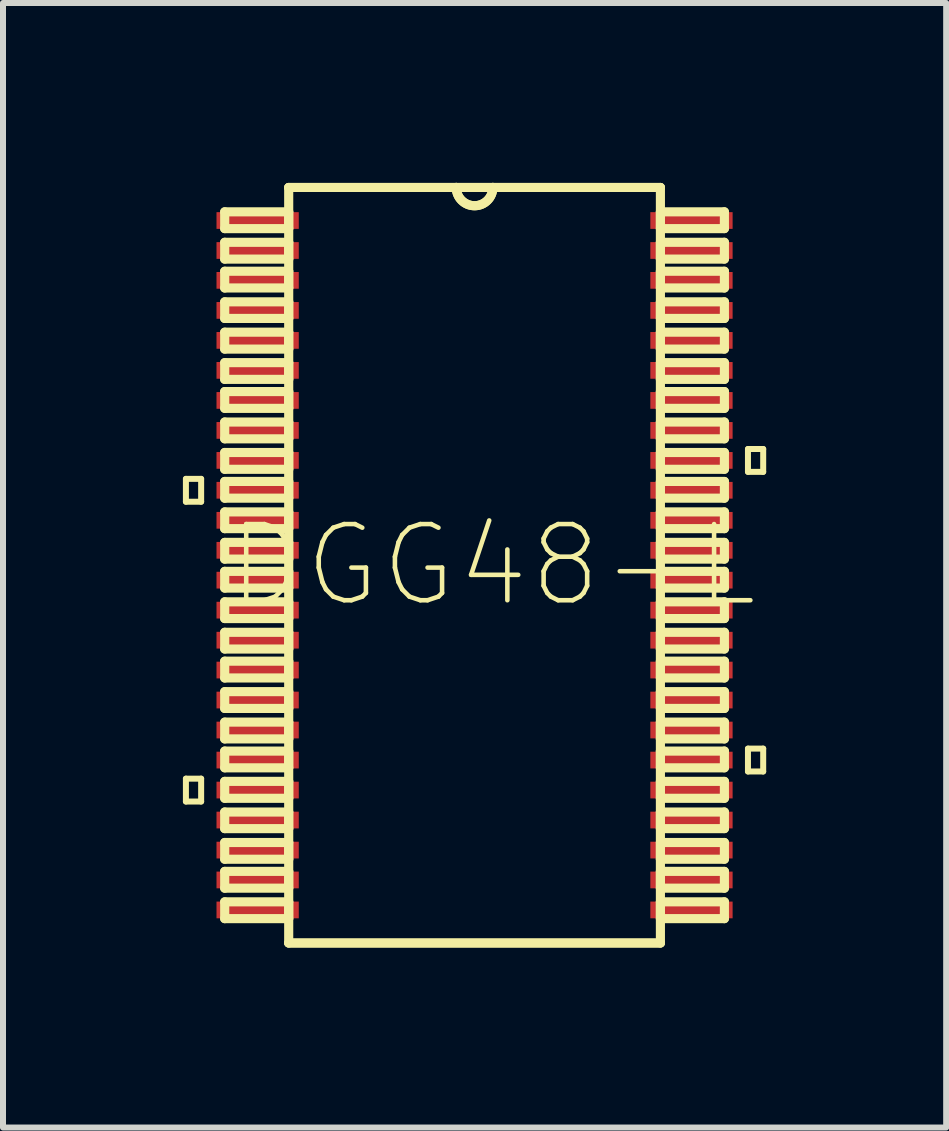
<source format=kicad_pcb>
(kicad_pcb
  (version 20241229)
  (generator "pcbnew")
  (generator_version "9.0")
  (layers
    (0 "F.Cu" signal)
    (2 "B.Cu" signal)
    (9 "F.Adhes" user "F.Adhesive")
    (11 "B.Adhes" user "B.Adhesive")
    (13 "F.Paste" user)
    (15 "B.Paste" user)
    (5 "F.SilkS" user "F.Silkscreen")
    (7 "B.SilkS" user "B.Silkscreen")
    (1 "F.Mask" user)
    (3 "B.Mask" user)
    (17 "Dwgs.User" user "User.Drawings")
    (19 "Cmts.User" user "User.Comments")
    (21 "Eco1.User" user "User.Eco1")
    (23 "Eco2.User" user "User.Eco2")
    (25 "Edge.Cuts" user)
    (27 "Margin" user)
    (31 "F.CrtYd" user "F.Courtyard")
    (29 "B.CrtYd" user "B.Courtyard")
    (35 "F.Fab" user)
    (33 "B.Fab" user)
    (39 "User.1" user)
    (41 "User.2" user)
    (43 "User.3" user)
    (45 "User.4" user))
  (footprint "DGG48-L"
    (layer "F.Cu")
    (at 4.863 6.375)
    (property "Reference" "DGG48-L" (at 0.305 0 0) (layer "F.SilkS") (effects (font (size 1.27 1.27) (thickness 0.076))))
    (attr smd)
    (fp_line (start -4.813 -1.44) (end -4.813 -1.059) (stroke (width 0.1) (type solid)) (layer "F.SilkS"))
    (fp_line (start -4.813 -1.059) (end -4.559 -1.059) (stroke (width 0.1) (type solid)) (layer "F.SilkS"))
    (fp_line (start -4.813 3.559) (end -4.813 3.94) (stroke (width 0.1) (type solid)) (layer "F.SilkS"))
    (fp_line (start -4.813 3.94) (end -4.559 3.94) (stroke (width 0.1) (type solid)) (layer "F.SilkS"))
    (fp_line (start -4.559 -1.44) (end -4.813 -1.44) (stroke (width 0.1) (type solid)) (layer "F.SilkS"))
    (fp_line (start -4.559 -1.059) (end -4.559 -1.44) (stroke (width 0.1) (type solid)) (layer "F.SilkS"))
    (fp_line (start -4.559 3.559) (end -4.813 3.559) (stroke (width 0.1) (type solid)) (layer "F.SilkS"))
    (fp_line (start -4.559 3.94) (end -4.559 3.559) (stroke (width 0.1) (type solid)) (layer "F.SilkS"))
    (fp_line (start -4.166 -5.893) (end -4.166 -5.613) (stroke (width 0.152) (type solid)) (layer "F.SilkS"))
    (fp_line (start -4.166 -5.613) (end -3.099 -5.613) (stroke (width 0.152) (type solid)) (layer "F.SilkS"))
    (fp_line (start -4.166 -5.385) (end -4.166 -5.105) (stroke (width 0.152) (type solid)) (layer "F.SilkS"))
    (fp_line (start -4.166 -5.105) (end -3.099 -5.105) (stroke (width 0.152) (type solid)) (layer "F.SilkS"))
    (fp_line (start -4.166 -4.902) (end -4.166 -4.623) (stroke (width 0.152) (type solid)) (layer "F.SilkS"))
    (fp_line (start -4.166 -4.623) (end -3.099 -4.623) (stroke (width 0.152) (type solid)) (layer "F.SilkS"))
    (fp_line (start -4.166 -4.392) (end -4.166 -4.115) (stroke (width 0.152) (type solid)) (layer "F.SilkS"))
    (fp_line (start -4.166 -4.115) (end -3.099 -4.115) (stroke (width 0.152) (type solid)) (layer "F.SilkS"))
    (fp_line (start -4.166 -3.886) (end -4.166 -3.604) (stroke (width 0.152) (type solid)) (layer "F.SilkS"))
    (fp_line (start -4.166 -3.604) (end -3.099 -3.604) (stroke (width 0.152) (type solid)) (layer "F.SilkS"))
    (fp_line (start -4.166 -3.378) (end -4.166 -3.099) (stroke (width 0.152) (type solid)) (layer "F.SilkS"))
    (fp_line (start -4.166 -3.099) (end -3.099 -3.099) (stroke (width 0.152) (type solid)) (layer "F.SilkS"))
    (fp_line (start -4.166 -2.896) (end -4.166 -2.616) (stroke (width 0.152) (type solid)) (layer "F.SilkS"))
    (fp_line (start -4.166 -2.616) (end -3.099 -2.616) (stroke (width 0.152) (type solid)) (layer "F.SilkS"))
    (fp_line (start -4.166 -2.388) (end -4.166 -2.108) (stroke (width 0.152) (type solid)) (layer "F.SilkS"))
    (fp_line (start -4.166 -2.108) (end -3.099 -2.108) (stroke (width 0.152) (type solid)) (layer "F.SilkS"))
    (fp_line (start -4.166 -1.88) (end -4.166 -1.6) (stroke (width 0.152) (type solid)) (layer "F.SilkS"))
    (fp_line (start -4.166 -1.6) (end -3.099 -1.6) (stroke (width 0.152) (type solid)) (layer "F.SilkS"))
    (fp_line (start -4.166 -1.397) (end -4.166 -1.118) (stroke (width 0.152) (type solid)) (layer "F.SilkS"))
    (fp_line (start -4.166 -1.118) (end -3.099 -1.118) (stroke (width 0.152) (type solid)) (layer "F.SilkS"))
    (fp_line (start -4.166 -0.889) (end -4.166 -0.61) (stroke (width 0.152) (type solid)) (layer "F.SilkS"))
    (fp_line (start -4.166 -0.61) (end -3.099 -0.61) (stroke (width 0.152) (type solid)) (layer "F.SilkS"))
    (fp_line (start -4.166 -0.381) (end -4.166 -0.102) (stroke (width 0.152) (type solid)) (layer "F.SilkS"))
    (fp_line (start -4.166 -0.102) (end -3.099 -0.102) (stroke (width 0.152) (type solid)) (layer "F.SilkS"))
    (fp_line (start -4.166 0.102) (end -4.166 0.381) (stroke (width 0.152) (type solid)) (layer "F.SilkS"))
    (fp_line (start -4.166 0.381) (end -3.099 0.381) (stroke (width 0.152) (type solid)) (layer "F.SilkS"))
    (fp_line (start -4.166 0.61) (end -4.166 0.889) (stroke (width 0.152) (type solid)) (layer "F.SilkS"))
    (fp_line (start -4.166 0.889) (end -3.099 0.889) (stroke (width 0.152) (type solid)) (layer "F.SilkS"))
    (fp_line (start -4.166 1.118) (end -4.166 1.397) (stroke (width 0.152) (type solid)) (layer "F.SilkS"))
    (fp_line (start -4.166 1.397) (end -3.099 1.397) (stroke (width 0.152) (type solid)) (layer "F.SilkS"))
    (fp_line (start -4.166 1.6) (end -4.166 1.88) (stroke (width 0.152) (type solid)) (layer "F.SilkS"))
    (fp_line (start -4.166 1.88) (end -3.099 1.88) (stroke (width 0.152) (type solid)) (layer "F.SilkS"))
    (fp_line (start -4.166 2.108) (end -4.166 2.388) (stroke (width 0.152) (type solid)) (layer "F.SilkS"))
    (fp_line (start -4.166 2.388) (end -3.099 2.388) (stroke (width 0.152) (type solid)) (layer "F.SilkS"))
    (fp_line (start -4.166 2.616) (end -4.166 2.896) (stroke (width 0.152) (type solid)) (layer "F.SilkS"))
    (fp_line (start -4.166 2.896) (end -3.099 2.896) (stroke (width 0.152) (type solid)) (layer "F.SilkS"))
    (fp_line (start -4.166 3.099) (end -4.166 3.378) (stroke (width 0.152) (type solid)) (layer "F.SilkS"))
    (fp_line (start -4.166 3.378) (end -3.099 3.378) (stroke (width 0.152) (type solid)) (layer "F.SilkS"))
    (fp_line (start -4.166 3.604) (end -4.166 3.886) (stroke (width 0.152) (type solid)) (layer "F.SilkS"))
    (fp_line (start -4.166 3.886) (end -3.099 3.886) (stroke (width 0.152) (type solid)) (layer "F.SilkS"))
    (fp_line (start -4.166 4.115) (end -4.166 4.392) (stroke (width 0.152) (type solid)) (layer "F.SilkS"))
    (fp_line (start -4.166 4.392) (end -3.099 4.392) (stroke (width 0.152) (type solid)) (layer "F.SilkS"))
    (fp_line (start -4.166 4.623) (end -4.166 4.902) (stroke (width 0.152) (type solid)) (layer "F.SilkS"))
    (fp_line (start -4.166 4.902) (end -3.099 4.902) (stroke (width 0.152) (type solid)) (layer "F.SilkS"))
    (fp_line (start -4.166 5.105) (end -4.166 5.385) (stroke (width 0.152) (type solid)) (layer "F.SilkS"))
    (fp_line (start -4.166 5.385) (end -3.099 5.385) (stroke (width 0.152) (type solid)) (layer "F.SilkS"))
    (fp_line (start -4.166 5.613) (end -4.166 5.893) (stroke (width 0.152) (type solid)) (layer "F.SilkS"))
    (fp_line (start -4.166 5.893) (end -3.099 5.893) (stroke (width 0.152) (type solid)) (layer "F.SilkS"))
    (fp_line (start -3.099 -6.299) (end -3.099 6.299) (stroke (width 0.152) (type solid)) (layer "F.SilkS"))
    (fp_line (start -3.099 -5.893) (end -4.166 -5.893) (stroke (width 0.152) (type solid)) (layer "F.SilkS"))
    (fp_line (start -3.099 -5.613) (end -3.099 -5.893) (stroke (width 0.152) (type solid)) (layer "F.SilkS"))
    (fp_line (start -3.099 -5.385) (end -4.166 -5.385) (stroke (width 0.152) (type solid)) (layer "F.SilkS"))
    (fp_line (start -3.099 -5.105) (end -3.099 -5.385) (stroke (width 0.152) (type solid)) (layer "F.SilkS"))
    (fp_line (start -3.099 -4.902) (end -4.166 -4.902) (stroke (width 0.152) (type solid)) (layer "F.SilkS"))
    (fp_line (start -3.099 -4.623) (end -3.099 -4.902) (stroke (width 0.152) (type solid)) (layer "F.SilkS"))
    (fp_line (start -3.099 -4.392) (end -4.166 -4.392) (stroke (width 0.152) (type solid)) (layer "F.SilkS"))
    (fp_line (start -3.099 -4.115) (end -3.099 -4.392) (stroke (width 0.152) (type solid)) (layer "F.SilkS"))
    (fp_line (start -3.099 -3.886) (end -4.166 -3.886) (stroke (width 0.152) (type solid)) (layer "F.SilkS"))
    (fp_line (start -3.099 -3.604) (end -3.099 -3.886) (stroke (width 0.152) (type solid)) (layer "F.SilkS"))
    (fp_line (start -3.099 -3.378) (end -4.166 -3.378) (stroke (width 0.152) (type solid)) (layer "F.SilkS"))
    (fp_line (start -3.099 -3.099) (end -3.099 -3.378) (stroke (width 0.152) (type solid)) (layer "F.SilkS"))
    (fp_line (start -3.099 -2.896) (end -4.166 -2.896) (stroke (width 0.152) (type solid)) (layer "F.SilkS"))
    (fp_line (start -3.099 -2.616) (end -3.099 -2.896) (stroke (width 0.152) (type solid)) (layer "F.SilkS"))
    (fp_line (start -3.099 -2.388) (end -4.166 -2.388) (stroke (width 0.152) (type solid)) (layer "F.SilkS"))
    (fp_line (start -3.099 -2.108) (end -3.099 -2.388) (stroke (width 0.152) (type solid)) (layer "F.SilkS"))
    (fp_line (start -3.099 -1.88) (end -4.166 -1.88) (stroke (width 0.152) (type solid)) (layer "F.SilkS"))
    (fp_line (start -3.099 -1.6) (end -3.099 -1.88) (stroke (width 0.152) (type solid)) (layer "F.SilkS"))
    (fp_line (start -3.099 -1.397) (end -4.166 -1.397) (stroke (width 0.152) (type solid)) (layer "F.SilkS"))
    (fp_line (start -3.099 -1.118) (end -3.099 -1.397) (stroke (width 0.152) (type solid)) (layer "F.SilkS"))
    (fp_line (start -3.099 -0.889) (end -4.166 -0.889) (stroke (width 0.152) (type solid)) (layer "F.SilkS"))
    (fp_line (start -3.099 -0.61) (end -3.099 -0.889) (stroke (width 0.152) (type solid)) (layer "F.SilkS"))
    (fp_line (start -3.099 -0.381) (end -4.166 -0.381) (stroke (width 0.152) (type solid)) (layer "F.SilkS"))
    (fp_line (start -3.099 -0.102) (end -3.099 -0.381) (stroke (width 0.152) (type solid)) (layer "F.SilkS"))
    (fp_line (start -3.099 0.102) (end -4.166 0.102) (stroke (width 0.152) (type solid)) (layer "F.SilkS"))
    (fp_line (start -3.099 0.381) (end -3.099 0.102) (stroke (width 0.152) (type solid)) (layer "F.SilkS"))
    (fp_line (start -3.099 0.61) (end -4.166 0.61) (stroke (width 0.152) (type solid)) (layer "F.SilkS"))
    (fp_line (start -3.099 0.889) (end -3.099 0.61) (stroke (width 0.152) (type solid)) (layer "F.SilkS"))
    (fp_line (start -3.099 1.118) (end -4.166 1.118) (stroke (width 0.152) (type solid)) (layer "F.SilkS"))
    (fp_line (start -3.099 1.397) (end -3.099 1.118) (stroke (width 0.152) (type solid)) (layer "F.SilkS"))
    (fp_line (start -3.099 1.6) (end -4.166 1.6) (stroke (width 0.152) (type solid)) (layer "F.SilkS"))
    (fp_line (start -3.099 1.88) (end -3.099 1.6) (stroke (width 0.152) (type solid)) (layer "F.SilkS"))
    (fp_line (start -3.099 2.108) (end -4.166 2.108) (stroke (width 0.152) (type solid)) (layer "F.SilkS"))
    (fp_line (start -3.099 2.388) (end -3.099 2.108) (stroke (width 0.152) (type solid)) (layer "F.SilkS"))
    (fp_line (start -3.099 2.616) (end -4.166 2.616) (stroke (width 0.152) (type solid)) (layer "F.SilkS"))
    (fp_line (start -3.099 2.896) (end -3.099 2.616) (stroke (width 0.152) (type solid)) (layer "F.SilkS"))
    (fp_line (start -3.099 3.099) (end -4.166 3.099) (stroke (width 0.152) (type solid)) (layer "F.SilkS"))
    (fp_line (start -3.099 3.378) (end -3.099 3.099) (stroke (width 0.152) (type solid)) (layer "F.SilkS"))
    (fp_line (start -3.099 3.604) (end -4.166 3.604) (stroke (width 0.152) (type solid)) (layer "F.SilkS"))
    (fp_line (start -3.099 3.886) (end -3.099 3.604) (stroke (width 0.152) (type solid)) (layer "F.SilkS"))
    (fp_line (start -3.099 4.115) (end -4.166 4.115) (stroke (width 0.152) (type solid)) (layer "F.SilkS"))
    (fp_line (start -3.099 4.392) (end -3.099 4.115) (stroke (width 0.152) (type solid)) (layer "F.SilkS"))
    (fp_line (start -3.099 4.623) (end -4.166 4.623) (stroke (width 0.152) (type solid)) (layer "F.SilkS"))
    (fp_line (start -3.099 4.902) (end -3.099 4.623) (stroke (width 0.152) (type solid)) (layer "F.SilkS"))
    (fp_line (start -3.099 5.105) (end -4.166 5.105) (stroke (width 0.152) (type solid)) (layer "F.SilkS"))
    (fp_line (start -3.099 5.385) (end -3.099 5.105) (stroke (width 0.152) (type solid)) (layer "F.SilkS"))
    (fp_line (start -3.099 5.613) (end -4.166 5.613) (stroke (width 0.152) (type solid)) (layer "F.SilkS"))
    (fp_line (start -3.099 5.893) (end -3.099 5.613) (stroke (width 0.152) (type solid)) (layer "F.SilkS"))
    (fp_line (start -3.099 6.299) (end 3.099 6.299) (stroke (width 0.152) (type solid)) (layer "F.SilkS"))
    (fp_line (start -3.099 6.299) (end 3.099 6.299) (stroke (width 0.152) (type solid)) (layer "F.SilkS"))
    (fp_line (start -0.305 -6.299) (end -3.099 -6.299) (stroke (width 0.152) (type solid)) (layer "F.SilkS"))
    (fp_line (start -0.305 -6.299) (end -3.099 -6.299) (stroke (width 0.152) (type solid)) (layer "F.SilkS"))
    (fp_line (start 0.305 -6.299) (end -0.305 -6.299) (stroke (width 0.152) (type solid)) (layer "F.SilkS"))
    (fp_line (start 0.305 -6.299) (end -0.305 -6.299) (stroke (width 0.152) (type solid)) (layer "F.SilkS"))
    (fp_line (start 3.099 -6.299) (end 0.305 -6.299) (stroke (width 0.152) (type solid)) (layer "F.SilkS"))
    (fp_line (start 3.099 -6.299) (end 0.305 -6.299) (stroke (width 0.152) (type solid)) (layer "F.SilkS"))
    (fp_line (start 3.099 -5.893) (end 3.099 -5.613) (stroke (width 0.152) (type solid)) (layer "F.SilkS"))
    (fp_line (start 3.099 -5.613) (end 4.166 -5.613) (stroke (width 0.152) (type solid)) (layer "F.SilkS"))
    (fp_line (start 3.099 -5.385) (end 3.099 -5.105) (stroke (width 0.152) (type solid)) (layer "F.SilkS"))
    (fp_line (start 3.099 -5.105) (end 4.166 -5.105) (stroke (width 0.152) (type solid)) (layer "F.SilkS"))
    (fp_line (start 3.099 -4.902) (end 3.099 -4.623) (stroke (width 0.152) (type solid)) (layer "F.SilkS"))
    (fp_line (start 3.099 -4.623) (end 4.166 -4.623) (stroke (width 0.152) (type solid)) (layer "F.SilkS"))
    (fp_line (start 3.099 -4.392) (end 3.099 -4.115) (stroke (width 0.152) (type solid)) (layer "F.SilkS"))
    (fp_line (start 3.099 -4.115) (end 4.166 -4.115) (stroke (width 0.152) (type solid)) (layer "F.SilkS"))
    (fp_line (start 3.099 -3.886) (end 3.099 -3.604) (stroke (width 0.152) (type solid)) (layer "F.SilkS"))
    (fp_line (start 3.099 -3.604) (end 4.166 -3.604) (stroke (width 0.152) (type solid)) (layer "F.SilkS"))
    (fp_line (start 3.099 -3.378) (end 3.099 -3.099) (stroke (width 0.152) (type solid)) (layer "F.SilkS"))
    (fp_line (start 3.099 -3.099) (end 4.166 -3.099) (stroke (width 0.152) (type solid)) (layer "F.SilkS"))
    (fp_line (start 3.099 -2.896) (end 3.099 -2.616) (stroke (width 0.152) (type solid)) (layer "F.SilkS"))
    (fp_line (start 3.099 -2.616) (end 4.166 -2.616) (stroke (width 0.152) (type solid)) (layer "F.SilkS"))
    (fp_line (start 3.099 -2.388) (end 3.099 -2.108) (stroke (width 0.152) (type solid)) (layer "F.SilkS"))
    (fp_line (start 3.099 -2.108) (end 4.166 -2.108) (stroke (width 0.152) (type solid)) (layer "F.SilkS"))
    (fp_line (start 3.099 -1.88) (end 3.099 -1.6) (stroke (width 0.152) (type solid)) (layer "F.SilkS"))
    (fp_line (start 3.099 -1.6) (end 4.166 -1.6) (stroke (width 0.152) (type solid)) (layer "F.SilkS"))
    (fp_line (start 3.099 -1.397) (end 3.099 -1.118) (stroke (width 0.152) (type solid)) (layer "F.SilkS"))
    (fp_line (start 3.099 -1.118) (end 4.166 -1.118) (stroke (width 0.152) (type solid)) (layer "F.SilkS"))
    (fp_line (start 3.099 -0.889) (end 3.099 -0.61) (stroke (width 0.152) (type solid)) (layer "F.SilkS"))
    (fp_line (start 3.099 -0.61) (end 4.166 -0.61) (stroke (width 0.152) (type solid)) (layer "F.SilkS"))
    (fp_line (start 3.099 -0.381) (end 3.099 -0.102) (stroke (width 0.152) (type solid)) (layer "F.SilkS"))
    (fp_line (start 3.099 -0.102) (end 4.166 -0.102) (stroke (width 0.152) (type solid)) (layer "F.SilkS"))
    (fp_line (start 3.099 0.102) (end 3.099 0.381) (stroke (width 0.152) (type solid)) (layer "F.SilkS"))
    (fp_line (start 3.099 0.381) (end 4.166 0.381) (stroke (width 0.152) (type solid)) (layer "F.SilkS"))
    (fp_line (start 3.099 0.61) (end 3.099 0.889) (stroke (width 0.152) (type solid)) (layer "F.SilkS"))
    (fp_line (start 3.099 0.889) (end 4.166 0.889) (stroke (width 0.152) (type solid)) (layer "F.SilkS"))
    (fp_line (start 3.099 1.118) (end 3.099 1.397) (stroke (width 0.152) (type solid)) (layer "F.SilkS"))
    (fp_line (start 3.099 1.397) (end 4.166 1.397) (stroke (width 0.152) (type solid)) (layer "F.SilkS"))
    (fp_line (start 3.099 1.6) (end 3.099 1.88) (stroke (width 0.152) (type solid)) (layer "F.SilkS"))
    (fp_line (start 3.099 1.88) (end 4.166 1.88) (stroke (width 0.152) (type solid)) (layer "F.SilkS"))
    (fp_line (start 3.099 2.108) (end 3.099 2.388) (stroke (width 0.152) (type solid)) (layer "F.SilkS"))
    (fp_line (start 3.099 2.388) (end 4.166 2.388) (stroke (width 0.152) (type solid)) (layer "F.SilkS"))
    (fp_line (start 3.099 2.616) (end 3.099 2.896) (stroke (width 0.152) (type solid)) (layer "F.SilkS"))
    (fp_line (start 3.099 2.896) (end 4.166 2.896) (stroke (width 0.152) (type solid)) (layer "F.SilkS"))
    (fp_line (start 3.099 3.099) (end 3.099 3.378) (stroke (width 0.152) (type solid)) (layer "F.SilkS"))
    (fp_line (start 3.099 3.378) (end 4.166 3.378) (stroke (width 0.152) (type solid)) (layer "F.SilkS"))
    (fp_line (start 3.099 3.604) (end 3.099 3.886) (stroke (width 0.152) (type solid)) (layer "F.SilkS"))
    (fp_line (start 3.099 3.886) (end 4.166 3.886) (stroke (width 0.152) (type solid)) (layer "F.SilkS"))
    (fp_line (start 3.099 4.115) (end 3.099 4.392) (stroke (width 0.152) (type solid)) (layer "F.SilkS"))
    (fp_line (start 3.099 4.392) (end 4.166 4.392) (stroke (width 0.152) (type solid)) (layer "F.SilkS"))
    (fp_line (start 3.099 4.623) (end 3.099 4.902) (stroke (width 0.152) (type solid)) (layer "F.SilkS"))
    (fp_line (start 3.099 4.902) (end 4.166 4.902) (stroke (width 0.152) (type solid)) (layer "F.SilkS"))
    (fp_line (start 3.099 5.105) (end 3.099 5.385) (stroke (width 0.152) (type solid)) (layer "F.SilkS"))
    (fp_line (start 3.099 5.385) (end 4.166 5.385) (stroke (width 0.152) (type solid)) (layer "F.SilkS"))
    (fp_line (start 3.099 5.613) (end 3.099 5.893) (stroke (width 0.152) (type solid)) (layer "F.SilkS"))
    (fp_line (start 3.099 5.893) (end 4.166 5.893) (stroke (width 0.152) (type solid)) (layer "F.SilkS"))
    (fp_line (start 3.099 6.299) (end 3.099 -6.299) (stroke (width 0.152) (type solid)) (layer "F.SilkS"))
    (fp_line (start 4.166 -5.893) (end 3.099 -5.893) (stroke (width 0.152) (type solid)) (layer "F.SilkS"))
    (fp_line (start 4.166 -5.613) (end 4.166 -5.893) (stroke (width 0.152) (type solid)) (layer "F.SilkS"))
    (fp_line (start 4.166 -5.385) (end 3.099 -5.385) (stroke (width 0.152) (type solid)) (layer "F.SilkS"))
    (fp_line (start 4.166 -5.105) (end 4.166 -5.385) (stroke (width 0.152) (type solid)) (layer "F.SilkS"))
    (fp_line (start 4.166 -4.902) (end 3.099 -4.902) (stroke (width 0.152) (type solid)) (layer "F.SilkS"))
    (fp_line (start 4.166 -4.623) (end 4.166 -4.902) (stroke (width 0.152) (type solid)) (layer "F.SilkS"))
    (fp_line (start 4.166 -4.392) (end 3.099 -4.392) (stroke (width 0.152) (type solid)) (layer "F.SilkS"))
    (fp_line (start 4.166 -4.115) (end 4.166 -4.392) (stroke (width 0.152) (type solid)) (layer "F.SilkS"))
    (fp_line (start 4.166 -3.886) (end 3.099 -3.886) (stroke (width 0.152) (type solid)) (layer "F.SilkS"))
    (fp_line (start 4.166 -3.604) (end 4.166 -3.886) (stroke (width 0.152) (type solid)) (layer "F.SilkS"))
    (fp_line (start 4.166 -3.378) (end 3.099 -3.378) (stroke (width 0.152) (type solid)) (layer "F.SilkS"))
    (fp_line (start 4.166 -3.099) (end 4.166 -3.378) (stroke (width 0.152) (type solid)) (layer "F.SilkS"))
    (fp_line (start 4.166 -2.896) (end 3.099 -2.896) (stroke (width 0.152) (type solid)) (layer "F.SilkS"))
    (fp_line (start 4.166 -2.616) (end 4.166 -2.896) (stroke (width 0.152) (type solid)) (layer "F.SilkS"))
    (fp_line (start 4.166 -2.388) (end 3.099 -2.388) (stroke (width 0.152) (type solid)) (layer "F.SilkS"))
    (fp_line (start 4.166 -2.108) (end 4.166 -2.388) (stroke (width 0.152) (type solid)) (layer "F.SilkS"))
    (fp_line (start 4.166 -1.88) (end 3.099 -1.88) (stroke (width 0.152) (type solid)) (layer "F.SilkS"))
    (fp_line (start 4.166 -1.6) (end 4.166 -1.88) (stroke (width 0.152) (type solid)) (layer "F.SilkS"))
    (fp_line (start 4.166 -1.397) (end 3.099 -1.397) (stroke (width 0.152) (type solid)) (layer "F.SilkS"))
    (fp_line (start 4.166 -1.118) (end 4.166 -1.397) (stroke (width 0.152) (type solid)) (layer "F.SilkS"))
    (fp_line (start 4.166 -0.889) (end 3.099 -0.889) (stroke (width 0.152) (type solid)) (layer "F.SilkS"))
    (fp_line (start 4.166 -0.61) (end 4.166 -0.889) (stroke (width 0.152) (type solid)) (layer "F.SilkS"))
    (fp_line (start 4.166 -0.381) (end 3.099 -0.381) (stroke (width 0.152) (type solid)) (layer "F.SilkS"))
    (fp_line (start 4.166 -0.102) (end 4.166 -0.381) (stroke (width 0.152) (type solid)) (layer "F.SilkS"))
    (fp_line (start 4.166 0.102) (end 3.099 0.102) (stroke (width 0.152) (type solid)) (layer "F.SilkS"))
    (fp_line (start 4.166 0.381) (end 4.166 0.102) (stroke (width 0.152) (type solid)) (layer "F.SilkS"))
    (fp_line (start 4.166 0.61) (end 3.099 0.61) (stroke (width 0.152) (type solid)) (layer "F.SilkS"))
    (fp_line (start 4.166 0.889) (end 4.166 0.61) (stroke (width 0.152) (type solid)) (layer "F.SilkS"))
    (fp_line (start 4.166 1.118) (end 3.099 1.118) (stroke (width 0.152) (type solid)) (layer "F.SilkS"))
    (fp_line (start 4.166 1.397) (end 4.166 1.118) (stroke (width 0.152) (type solid)) (layer "F.SilkS"))
    (fp_line (start 4.166 1.6) (end 3.099 1.6) (stroke (width 0.152) (type solid)) (layer "F.SilkS"))
    (fp_line (start 4.166 1.88) (end 4.166 1.6) (stroke (width 0.152) (type solid)) (layer "F.SilkS"))
    (fp_line (start 4.166 2.108) (end 3.099 2.108) (stroke (width 0.152) (type solid)) (layer "F.SilkS"))
    (fp_line (start 4.166 2.388) (end 4.166 2.108) (stroke (width 0.152) (type solid)) (layer "F.SilkS"))
    (fp_line (start 4.166 2.616) (end 3.099 2.616) (stroke (width 0.152) (type solid)) (layer "F.SilkS"))
    (fp_line (start 4.166 2.896) (end 4.166 2.616) (stroke (width 0.152) (type solid)) (layer "F.SilkS"))
    (fp_line (start 4.166 3.099) (end 3.099 3.099) (stroke (width 0.152) (type solid)) (layer "F.SilkS"))
    (fp_line (start 4.166 3.378) (end 4.166 3.099) (stroke (width 0.152) (type solid)) (layer "F.SilkS"))
    (fp_line (start 4.166 3.604) (end 3.099 3.604) (stroke (width 0.152) (type solid)) (layer "F.SilkS"))
    (fp_line (start 4.166 3.886) (end 4.166 3.604) (stroke (width 0.152) (type solid)) (layer "F.SilkS"))
    (fp_line (start 4.166 4.115) (end 3.099 4.115) (stroke (width 0.152) (type solid)) (layer "F.SilkS"))
    (fp_line (start 4.166 4.392) (end 4.166 4.115) (stroke (width 0.152) (type solid)) (layer "F.SilkS"))
    (fp_line (start 4.166 4.623) (end 3.099 4.623) (stroke (width 0.152) (type solid)) (layer "F.SilkS"))
    (fp_line (start 4.166 4.902) (end 4.166 4.623) (stroke (width 0.152) (type solid)) (layer "F.SilkS"))
    (fp_line (start 4.166 5.105) (end 3.099 5.105) (stroke (width 0.152) (type solid)) (layer "F.SilkS"))
    (fp_line (start 4.166 5.385) (end 4.166 5.105) (stroke (width 0.152) (type solid)) (layer "F.SilkS"))
    (fp_line (start 4.166 5.613) (end 3.099 5.613) (stroke (width 0.152) (type solid)) (layer "F.SilkS"))
    (fp_line (start 4.166 5.893) (end 4.166 5.613) (stroke (width 0.152) (type solid)) (layer "F.SilkS"))
    (fp_line (start 4.559 -1.938) (end 4.813 -1.938) (stroke (width 0.1) (type solid)) (layer "F.SilkS"))
    (fp_line (start 4.559 -1.557) (end 4.559 -1.938) (stroke (width 0.1) (type solid)) (layer "F.SilkS"))
    (fp_line (start 4.559 3.058) (end 4.813 3.058) (stroke (width 0.1) (type solid)) (layer "F.SilkS"))
    (fp_line (start 4.559 3.439) (end 4.559 3.058) (stroke (width 0.1) (type solid)) (layer "F.SilkS"))
    (fp_line (start 4.813 -1.938) (end 4.813 -1.557) (stroke (width 0.1) (type solid)) (layer "F.SilkS"))
    (fp_line (start 4.813 -1.557) (end 4.559 -1.557) (stroke (width 0.1) (type solid)) (layer "F.SilkS"))
    (fp_line (start 4.813 3.058) (end 4.813 3.439) (stroke (width 0.1) (type solid)) (layer "F.SilkS"))
    (fp_line (start 4.813 3.439) (end 4.559 3.439) (stroke (width 0.1) (type solid)) (layer "F.SilkS"))
    (fp_arc (start 0.3048 -6.2992) (mid 0 -5.9944) (end -0.3048 -6.2992) (stroke (width 0.1524) (type solid)) (layer "F.SilkS"))
    (fp_arc (start 0.3048 -6.2992) (mid 0 -5.9944) (end -0.3048 -6.2992) (stroke (width 0.1524) (type solid)) (layer "F.SilkS"))
    (pad "1" smd rect (at -3.617 -5.748) (size 1.372 0.279) (layers "F.Cu" "F.Mask" "F.Paste"))
    (pad "2" smd rect (at -3.617 -5.248) (size 1.372 0.279) (layers "F.Cu" "F.Mask" "F.Paste"))
    (pad "3" smd rect (at -3.617 -4.75) (size 1.372 0.279) (layers "F.Cu" "F.Mask" "F.Paste"))
    (pad "4" smd rect (at -3.617 -4.249) (size 1.372 0.279) (layers "F.Cu" "F.Mask" "F.Paste"))
    (pad "5" smd rect (at -3.617 -3.749) (size 1.372 0.279) (layers "F.Cu" "F.Mask" "F.Paste"))
    (pad "6" smd rect (at -3.617 -3.249) (size 1.372 0.279) (layers "F.Cu" "F.Mask" "F.Paste"))
    (pad "7" smd rect (at -3.617 -2.748) (size 1.372 0.279) (layers "F.Cu" "F.Mask" "F.Paste"))
    (pad "8" smd rect (at -3.617 -2.248) (size 1.372 0.279) (layers "F.Cu" "F.Mask" "F.Paste"))
    (pad "9" smd rect (at -3.617 -1.748) (size 1.372 0.279) (layers "F.Cu" "F.Mask" "F.Paste"))
    (pad "10" smd rect (at -3.617 -1.25) (size 1.372 0.279) (layers "F.Cu" "F.Mask" "F.Paste"))
    (pad "11" smd rect (at -3.617 -0.749) (size 1.372 0.279) (layers "F.Cu" "F.Mask" "F.Paste"))
    (pad "12" smd rect (at -3.617 -0.249) (size 1.372 0.279) (layers "F.Cu" "F.Mask" "F.Paste"))
    (pad "13" smd rect (at -3.617 0.249) (size 1.372 0.279) (layers "F.Cu" "F.Mask" "F.Paste"))
    (pad "14" smd rect (at -3.617 0.749) (size 1.372 0.279) (layers "F.Cu" "F.Mask" "F.Paste"))
    (pad "15" smd rect (at -3.617 1.25) (size 1.372 0.279) (layers "F.Cu" "F.Mask" "F.Paste"))
    (pad "16" smd rect (at -3.617 1.748) (size 1.372 0.279) (layers "F.Cu" "F.Mask" "F.Paste"))
    (pad "17" smd rect (at -3.617 2.248) (size 1.372 0.279) (layers "F.Cu" "F.Mask" "F.Paste"))
    (pad "18" smd rect (at -3.617 2.748) (size 1.372 0.279) (layers "F.Cu" "F.Mask" "F.Paste"))
    (pad "19" smd rect (at -3.617 3.249) (size 1.372 0.279) (layers "F.Cu" "F.Mask" "F.Paste"))
    (pad "20" smd rect (at -3.617 3.749) (size 1.372 0.279) (layers "F.Cu" "F.Mask" "F.Paste"))
    (pad "21" smd rect (at -3.617 4.249) (size 1.372 0.279) (layers "F.Cu" "F.Mask" "F.Paste"))
    (pad "22" smd rect (at -3.617 4.75) (size 1.372 0.279) (layers "F.Cu" "F.Mask" "F.Paste"))
    (pad "23" smd rect (at -3.617 5.248) (size 1.372 0.279) (layers "F.Cu" "F.Mask" "F.Paste"))
    (pad "24" smd rect (at -3.617 5.748) (size 1.372 0.279) (layers "F.Cu" "F.Mask" "F.Paste"))
    (pad "25" smd rect (at 3.617 5.748) (size 1.372 0.279) (layers "F.Cu" "F.Mask" "F.Paste"))
    (pad "26" smd rect (at 3.617 5.248) (size 1.372 0.279) (layers "F.Cu" "F.Mask" "F.Paste"))
    (pad "27" smd rect (at 3.617 4.75) (size 1.372 0.279) (layers "F.Cu" "F.Mask" "F.Paste"))
    (pad "28" smd rect (at 3.617 4.249) (size 1.372 0.279) (layers "F.Cu" "F.Mask" "F.Paste"))
    (pad "29" smd rect (at 3.617 3.749) (size 1.372 0.279) (layers "F.Cu" "F.Mask" "F.Paste"))
    (pad "30" smd rect (at 3.617 3.249) (size 1.372 0.279) (layers "F.Cu" "F.Mask" "F.Paste"))
    (pad "31" smd rect (at 3.617 2.748) (size 1.372 0.279) (layers "F.Cu" "F.Mask" "F.Paste"))
    (pad "32" smd rect (at 3.617 2.248) (size 1.372 0.279) (layers "F.Cu" "F.Mask" "F.Paste"))
    (pad "33" smd rect (at 3.617 1.748) (size 1.372 0.279) (layers "F.Cu" "F.Mask" "F.Paste"))
    (pad "34" smd rect (at 3.617 1.25) (size 1.372 0.279) (layers "F.Cu" "F.Mask" "F.Paste"))
    (pad "35" smd rect (at 3.617 0.749) (size 1.372 0.279) (layers "F.Cu" "F.Mask" "F.Paste"))
    (pad "36" smd rect (at 3.617 0.249) (size 1.372 0.279) (layers "F.Cu" "F.Mask" "F.Paste"))
    (pad "37" smd rect (at 3.617 -0.249) (size 1.372 0.279) (layers "F.Cu" "F.Mask" "F.Paste"))
    (pad "38" smd rect (at 3.617 -0.749) (size 1.372 0.279) (layers "F.Cu" "F.Mask" "F.Paste"))
    (pad "39" smd rect (at 3.617 -1.25) (size 1.372 0.279) (layers "F.Cu" "F.Mask" "F.Paste"))
    (pad "40" smd rect (at 3.617 -1.748) (size 1.372 0.279) (layers "F.Cu" "F.Mask" "F.Paste"))
    (pad "41" smd rect (at 3.617 -2.248) (size 1.372 0.279) (layers "F.Cu" "F.Mask" "F.Paste"))
    (pad "42" smd rect (at 3.617 -2.748) (size 1.372 0.279) (layers "F.Cu" "F.Mask" "F.Paste"))
    (pad "43" smd rect (at 3.617 -3.249) (size 1.372 0.279) (layers "F.Cu" "F.Mask" "F.Paste"))
    (pad "44" smd rect (at 3.617 -3.749) (size 1.372 0.279) (layers "F.Cu" "F.Mask" "F.Paste"))
    (pad "45" smd rect (at 3.617 -4.249) (size 1.372 0.279) (layers "F.Cu" "F.Mask" "F.Paste"))
    (pad "46" smd rect (at 3.617 -4.75) (size 1.372 0.279) (layers "F.Cu" "F.Mask" "F.Paste"))
    (pad "47" smd rect (at 3.617 -5.248) (size 1.372 0.279) (layers "F.Cu" "F.Mask" "F.Paste"))
    (pad "48" smd rect (at 3.617 -5.748) (size 1.372 0.279) (layers "F.Cu" "F.Mask" "F.Paste")))
  (gr_rect
    (start -3 -3)
    (end 12.727 15.751)
    (stroke (width 0.1) (type default))
    (fill no)
    (layer "Edge.Cuts")))
</source>
